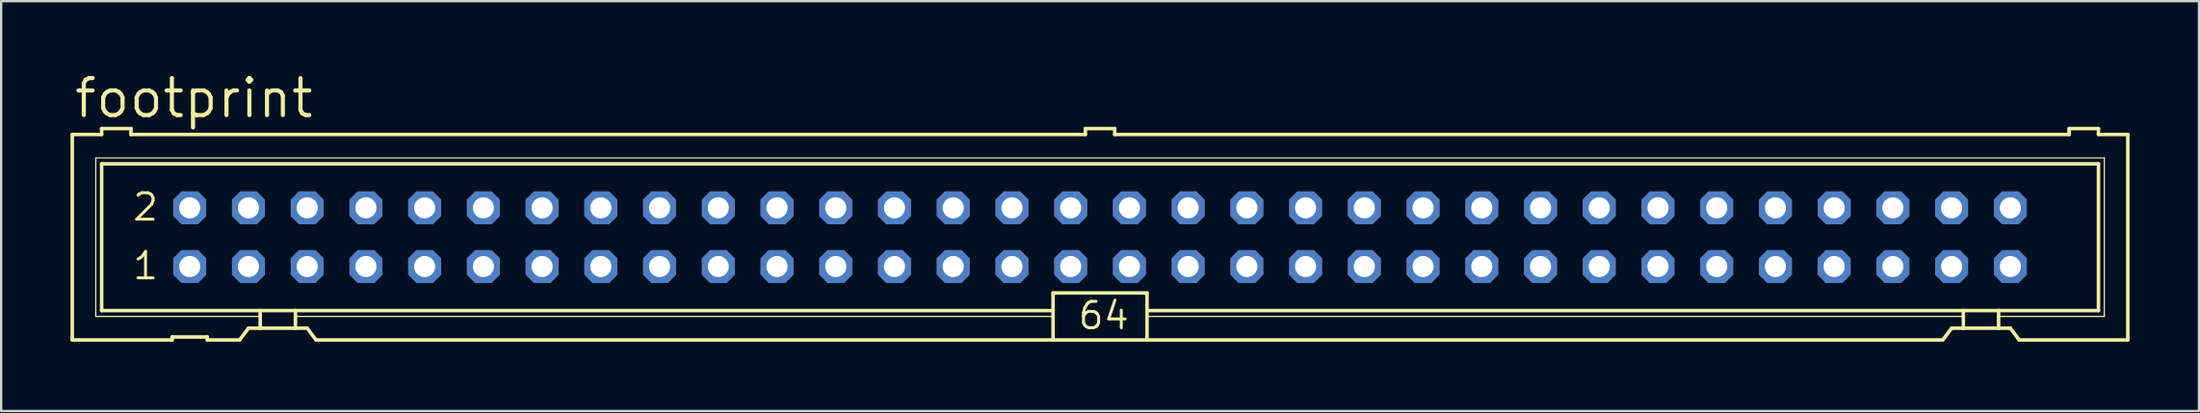
<source format=kicad_pcb>
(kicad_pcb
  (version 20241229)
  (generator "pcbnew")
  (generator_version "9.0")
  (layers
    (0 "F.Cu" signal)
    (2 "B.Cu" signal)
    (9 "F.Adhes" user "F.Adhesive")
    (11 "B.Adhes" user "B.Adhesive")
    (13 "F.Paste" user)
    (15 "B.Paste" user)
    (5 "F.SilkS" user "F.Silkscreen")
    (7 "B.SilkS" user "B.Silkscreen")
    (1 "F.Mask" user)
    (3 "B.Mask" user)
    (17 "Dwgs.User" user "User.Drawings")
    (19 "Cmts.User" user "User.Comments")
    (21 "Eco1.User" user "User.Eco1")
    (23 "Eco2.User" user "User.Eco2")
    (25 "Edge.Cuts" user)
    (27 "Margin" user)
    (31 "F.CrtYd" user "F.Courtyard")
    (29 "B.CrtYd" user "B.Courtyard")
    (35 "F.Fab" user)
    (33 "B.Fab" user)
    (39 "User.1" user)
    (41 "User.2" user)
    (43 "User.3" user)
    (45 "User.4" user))
  (footprint "footprint"
    (layer "F.Cu")
    (at 44.526 7.214)
    (property "Reference" "footprint" (at -44.45 -5.08 0) (layer "F.SilkS") (effects (font (size 1.6 1.6) (thickness 0.178)) (justify left bottom)))
    (fp_line (start -44.45 -4.445) (end -44.45 4.445) (stroke (width 0.152) (type solid)) (layer "F.SilkS"))
    (fp_line (start -44.45 -4.445) (end -43.18 -4.445) (stroke (width 0.152) (type solid)) (layer "F.SilkS"))
    (fp_line (start -44.45 4.445) (end -40.132 4.445) (stroke (width 0.152) (type solid)) (layer "F.SilkS"))
    (fp_line (start -43.434 -3.429) (end -43.434 3.429) (stroke (width 0.051) (type solid)) (layer "F.SilkS"))
    (fp_line (start -43.434 3.429) (end -36.322 3.429) (stroke (width 0.051) (type solid)) (layer "F.SilkS"))
    (fp_line (start -43.18 -4.699) (end -43.18 -4.445) (stroke (width 0.152) (type solid)) (layer "F.SilkS"))
    (fp_line (start -43.18 -3.175) (end -43.18 3.175) (stroke (width 0.152) (type solid)) (layer "F.SilkS"))
    (fp_line (start -43.18 -3.175) (end 43.18 -3.175) (stroke (width 0.152) (type solid)) (layer "F.SilkS"))
    (fp_line (start -41.91 -4.699) (end -43.18 -4.699) (stroke (width 0.152) (type solid)) (layer "F.SilkS"))
    (fp_line (start -41.91 -4.699) (end -41.91 -4.445) (stroke (width 0.152) (type solid)) (layer "F.SilkS"))
    (fp_line (start -41.91 -4.445) (end -0.635 -4.445) (stroke (width 0.152) (type solid)) (layer "F.SilkS"))
    (fp_line (start -40.132 4.318) (end -40.132 4.445) (stroke (width 0.152) (type solid)) (layer "F.SilkS"))
    (fp_line (start -40.132 4.318) (end -38.608 4.318) (stroke (width 0.152) (type solid)) (layer "F.SilkS"))
    (fp_line (start -38.608 4.445) (end -38.608 4.318) (stroke (width 0.152) (type solid)) (layer "F.SilkS"))
    (fp_line (start -38.608 4.445) (end -37.211 4.445) (stroke (width 0.152) (type solid)) (layer "F.SilkS"))
    (fp_line (start -37.211 4.445) (end -36.83 3.937) (stroke (width 0.152) (type solid)) (layer "F.SilkS"))
    (fp_line (start -36.322 3.175) (end -43.18 3.175) (stroke (width 0.152) (type solid)) (layer "F.SilkS"))
    (fp_line (start -36.322 3.175) (end -36.322 3.429) (stroke (width 0.152) (type solid)) (layer "F.SilkS"))
    (fp_line (start -36.322 3.429) (end -36.322 3.937) (stroke (width 0.152) (type solid)) (layer "F.SilkS"))
    (fp_line (start -36.322 3.937) (end -36.83 3.937) (stroke (width 0.152) (type solid)) (layer "F.SilkS"))
    (fp_line (start -34.798 3.175) (end -36.322 3.175) (stroke (width 0.152) (type solid)) (layer "F.SilkS"))
    (fp_line (start -34.798 3.175) (end -34.798 3.429) (stroke (width 0.152) (type solid)) (layer "F.SilkS"))
    (fp_line (start -34.798 3.429) (end -34.798 3.937) (stroke (width 0.152) (type solid)) (layer "F.SilkS"))
    (fp_line (start -34.798 3.429) (end -2.032 3.429) (stroke (width 0.051) (type solid)) (layer "F.SilkS"))
    (fp_line (start -34.798 3.937) (end -36.322 3.937) (stroke (width 0.152) (type solid)) (layer "F.SilkS"))
    (fp_line (start -34.29 3.937) (end -34.798 3.937) (stroke (width 0.152) (type solid)) (layer "F.SilkS"))
    (fp_line (start -34.29 3.937) (end -33.909 4.445) (stroke (width 0.152) (type solid)) (layer "F.SilkS"))
    (fp_line (start -33.909 4.445) (end -2.032 4.445) (stroke (width 0.152) (type solid)) (layer "F.SilkS"))
    (fp_line (start -2.032 3.175) (end -34.798 3.175) (stroke (width 0.152) (type solid)) (layer "F.SilkS"))
    (fp_line (start -2.032 3.175) (end -2.032 2.413) (stroke (width 0.152) (type solid)) (layer "F.SilkS"))
    (fp_line (start -2.032 3.175) (end -2.032 3.429) (stroke (width 0.152) (type solid)) (layer "F.SilkS"))
    (fp_line (start -2.032 3.429) (end -2.032 4.445) (stroke (width 0.152) (type solid)) (layer "F.SilkS"))
    (fp_line (start -0.635 -4.699) (end -0.635 -4.445) (stroke (width 0.152) (type solid)) (layer "F.SilkS"))
    (fp_line (start 0.635 -4.699) (end -0.635 -4.699) (stroke (width 0.152) (type solid)) (layer "F.SilkS"))
    (fp_line (start 0.635 -4.699) (end 0.635 -4.445) (stroke (width 0.152) (type solid)) (layer "F.SilkS"))
    (fp_line (start 0.635 -4.445) (end 41.91 -4.445) (stroke (width 0.152) (type solid)) (layer "F.SilkS"))
    (fp_line (start 2.032 2.413) (end -2.032 2.413) (stroke (width 0.152) (type solid)) (layer "F.SilkS"))
    (fp_line (start 2.032 2.413) (end 2.032 3.175) (stroke (width 0.152) (type solid)) (layer "F.SilkS"))
    (fp_line (start 2.032 3.175) (end 2.032 3.429) (stroke (width 0.152) (type solid)) (layer "F.SilkS"))
    (fp_line (start 2.032 3.429) (end 2.032 4.445) (stroke (width 0.152) (type solid)) (layer "F.SilkS"))
    (fp_line (start 2.032 4.445) (end -2.032 4.445) (stroke (width 0.152) (type solid)) (layer "F.SilkS"))
    (fp_line (start 36.449 4.445) (end 2.032 4.445) (stroke (width 0.152) (type solid)) (layer "F.SilkS"))
    (fp_line (start 36.449 4.445) (end 36.83 3.937) (stroke (width 0.152) (type solid)) (layer "F.SilkS"))
    (fp_line (start 37.338 3.175) (end 2.032 3.175) (stroke (width 0.152) (type solid)) (layer "F.SilkS"))
    (fp_line (start 37.338 3.175) (end 37.338 3.429) (stroke (width 0.152) (type solid)) (layer "F.SilkS"))
    (fp_line (start 37.338 3.429) (end 2.032 3.429) (stroke (width 0.051) (type solid)) (layer "F.SilkS"))
    (fp_line (start 37.338 3.429) (end 37.338 3.937) (stroke (width 0.152) (type solid)) (layer "F.SilkS"))
    (fp_line (start 37.338 3.937) (end 36.83 3.937) (stroke (width 0.152) (type solid)) (layer "F.SilkS"))
    (fp_line (start 38.862 3.175) (end 37.338 3.175) (stroke (width 0.152) (type solid)) (layer "F.SilkS"))
    (fp_line (start 38.862 3.175) (end 38.862 3.429) (stroke (width 0.152) (type solid)) (layer "F.SilkS"))
    (fp_line (start 38.862 3.429) (end 38.862 3.937) (stroke (width 0.152) (type solid)) (layer "F.SilkS"))
    (fp_line (start 38.862 3.429) (end 43.434 3.429) (stroke (width 0.051) (type solid)) (layer "F.SilkS"))
    (fp_line (start 38.862 3.937) (end 37.338 3.937) (stroke (width 0.152) (type solid)) (layer "F.SilkS"))
    (fp_line (start 39.37 3.937) (end 38.862 3.937) (stroke (width 0.152) (type solid)) (layer "F.SilkS"))
    (fp_line (start 39.37 3.937) (end 39.751 4.445) (stroke (width 0.152) (type solid)) (layer "F.SilkS"))
    (fp_line (start 41.91 -4.445) (end 41.91 -4.699) (stroke (width 0.152) (type solid)) (layer "F.SilkS"))
    (fp_line (start 43.18 -4.699) (end 41.91 -4.699) (stroke (width 0.152) (type solid)) (layer "F.SilkS"))
    (fp_line (start 43.18 -4.445) (end 43.18 -4.699) (stroke (width 0.152) (type solid)) (layer "F.SilkS"))
    (fp_line (start 43.18 -4.445) (end 44.45 -4.445) (stroke (width 0.152) (type solid)) (layer "F.SilkS"))
    (fp_line (start 43.18 3.175) (end 38.862 3.175) (stroke (width 0.152) (type solid)) (layer "F.SilkS"))
    (fp_line (start 43.18 3.175) (end 43.18 -3.175) (stroke (width 0.152) (type solid)) (layer "F.SilkS"))
    (fp_line (start 43.434 -3.429) (end -43.434 -3.429) (stroke (width 0.051) (type solid)) (layer "F.SilkS"))
    (fp_line (start 43.434 3.429) (end 43.434 -3.429) (stroke (width 0.051) (type solid)) (layer "F.SilkS"))
    (fp_line (start 44.45 4.445) (end 39.751 4.445) (stroke (width 0.152) (type solid)) (layer "F.SilkS"))
    (fp_line (start 44.45 4.445) (end 44.45 -4.445) (stroke (width 0.152) (type solid)) (layer "F.SilkS"))
    (fp_poly (pts (xy -39.624 -1.016) (xy -39.116 -1.016) (xy -39.116 -1.524) (xy -39.624 -1.524)) (stroke (width 0.1) (type solid)) (fill no) (layer "F.Fab"))
    (fp_poly (pts (xy -39.624 1.524) (xy -39.116 1.524) (xy -39.116 1.016) (xy -39.624 1.016)) (stroke (width 0.1) (type solid)) (fill no) (layer "F.Fab"))
    (fp_poly (pts (xy -37.084 -1.016) (xy -36.576 -1.016) (xy -36.576 -1.524) (xy -37.084 -1.524)) (stroke (width 0.1) (type solid)) (fill no) (layer "F.Fab"))
    (fp_poly (pts (xy -37.084 1.524) (xy -36.576 1.524) (xy -36.576 1.016) (xy -37.084 1.016)) (stroke (width 0.1) (type solid)) (fill no) (layer "F.Fab"))
    (fp_poly (pts (xy -34.544 -1.016) (xy -34.036 -1.016) (xy -34.036 -1.524) (xy -34.544 -1.524)) (stroke (width 0.1) (type solid)) (fill no) (layer "F.Fab"))
    (fp_poly (pts (xy -34.544 1.524) (xy -34.036 1.524) (xy -34.036 1.016) (xy -34.544 1.016)) (stroke (width 0.1) (type solid)) (fill no) (layer "F.Fab"))
    (fp_poly (pts (xy -32.004 -1.016) (xy -31.496 -1.016) (xy -31.496 -1.524) (xy -32.004 -1.524)) (stroke (width 0.1) (type solid)) (fill no) (layer "F.Fab"))
    (fp_poly (pts (xy -32.004 1.524) (xy -31.496 1.524) (xy -31.496 1.016) (xy -32.004 1.016)) (stroke (width 0.1) (type solid)) (fill no) (layer "F.Fab"))
    (fp_poly (pts (xy -29.464 -1.016) (xy -28.956 -1.016) (xy -28.956 -1.524) (xy -29.464 -1.524)) (stroke (width 0.1) (type solid)) (fill no) (layer "F.Fab"))
    (fp_poly (pts (xy -29.464 1.524) (xy -28.956 1.524) (xy -28.956 1.016) (xy -29.464 1.016)) (stroke (width 0.1) (type solid)) (fill no) (layer "F.Fab"))
    (fp_poly (pts (xy -26.924 -1.016) (xy -26.416 -1.016) (xy -26.416 -1.524) (xy -26.924 -1.524)) (stroke (width 0.1) (type solid)) (fill no) (layer "F.Fab"))
    (fp_poly (pts (xy -26.924 1.524) (xy -26.416 1.524) (xy -26.416 1.016) (xy -26.924 1.016)) (stroke (width 0.1) (type solid)) (fill no) (layer "F.Fab"))
    (fp_poly (pts (xy -24.384 -1.016) (xy -23.876 -1.016) (xy -23.876 -1.524) (xy -24.384 -1.524)) (stroke (width 0.1) (type solid)) (fill no) (layer "F.Fab"))
    (fp_poly (pts (xy -24.384 1.524) (xy -23.876 1.524) (xy -23.876 1.016) (xy -24.384 1.016)) (stroke (width 0.1) (type solid)) (fill no) (layer "F.Fab"))
    (fp_poly (pts (xy -21.844 -1.016) (xy -21.336 -1.016) (xy -21.336 -1.524) (xy -21.844 -1.524)) (stroke (width 0.1) (type solid)) (fill no) (layer "F.Fab"))
    (fp_poly (pts (xy -21.844 1.524) (xy -21.336 1.524) (xy -21.336 1.016) (xy -21.844 1.016)) (stroke (width 0.1) (type solid)) (fill no) (layer "F.Fab"))
    (fp_poly (pts (xy -19.304 -1.016) (xy -18.796 -1.016) (xy -18.796 -1.524) (xy -19.304 -1.524)) (stroke (width 0.1) (type solid)) (fill no) (layer "F.Fab"))
    (fp_poly (pts (xy -19.304 1.524) (xy -18.796 1.524) (xy -18.796 1.016) (xy -19.304 1.016)) (stroke (width 0.1) (type solid)) (fill no) (layer "F.Fab"))
    (fp_poly (pts (xy -16.764 -1.016) (xy -16.256 -1.016) (xy -16.256 -1.524) (xy -16.764 -1.524)) (stroke (width 0.1) (type solid)) (fill no) (layer "F.Fab"))
    (fp_poly (pts (xy -16.764 1.524) (xy -16.256 1.524) (xy -16.256 1.016) (xy -16.764 1.016)) (stroke (width 0.1) (type solid)) (fill no) (layer "F.Fab"))
    (fp_poly (pts (xy -14.224 -1.016) (xy -13.716 -1.016) (xy -13.716 -1.524) (xy -14.224 -1.524)) (stroke (width 0.1) (type solid)) (fill no) (layer "F.Fab"))
    (fp_poly (pts (xy -14.224 1.524) (xy -13.716 1.524) (xy -13.716 1.016) (xy -14.224 1.016)) (stroke (width 0.1) (type solid)) (fill no) (layer "F.Fab"))
    (fp_poly (pts (xy -11.684 -1.016) (xy -11.176 -1.016) (xy -11.176 -1.524) (xy -11.684 -1.524)) (stroke (width 0.1) (type solid)) (fill no) (layer "F.Fab"))
    (fp_poly (pts (xy -11.684 1.524) (xy -11.176 1.524) (xy -11.176 1.016) (xy -11.684 1.016)) (stroke (width 0.1) (type solid)) (fill no) (layer "F.Fab"))
    (fp_poly (pts (xy -9.144 -1.016) (xy -8.636 -1.016) (xy -8.636 -1.524) (xy -9.144 -1.524)) (stroke (width 0.1) (type solid)) (fill no) (layer "F.Fab"))
    (fp_poly (pts (xy -9.144 1.524) (xy -8.636 1.524) (xy -8.636 1.016) (xy -9.144 1.016)) (stroke (width 0.1) (type solid)) (fill no) (layer "F.Fab"))
    (fp_poly (pts (xy -6.604 -1.016) (xy -6.096 -1.016) (xy -6.096 -1.524) (xy -6.604 -1.524)) (stroke (width 0.1) (type solid)) (fill no) (layer "F.Fab"))
    (fp_poly (pts (xy -6.604 1.524) (xy -6.096 1.524) (xy -6.096 1.016) (xy -6.604 1.016)) (stroke (width 0.1) (type solid)) (fill no) (layer "F.Fab"))
    (fp_poly (pts (xy -4.064 -1.016) (xy -3.556 -1.016) (xy -3.556 -1.524) (xy -4.064 -1.524)) (stroke (width 0.1) (type solid)) (fill no) (layer "F.Fab"))
    (fp_poly (pts (xy -4.064 1.524) (xy -3.556 1.524) (xy -3.556 1.016) (xy -4.064 1.016)) (stroke (width 0.1) (type solid)) (fill no) (layer "F.Fab"))
    (fp_poly (pts (xy -1.524 -1.016) (xy -1.016 -1.016) (xy -1.016 -1.524) (xy -1.524 -1.524)) (stroke (width 0.1) (type solid)) (fill no) (layer "F.Fab"))
    (fp_poly (pts (xy -1.524 1.524) (xy -1.016 1.524) (xy -1.016 1.016) (xy -1.524 1.016)) (stroke (width 0.1) (type solid)) (fill no) (layer "F.Fab"))
    (fp_poly (pts (xy 1.016 -1.016) (xy 1.524 -1.016) (xy 1.524 -1.524) (xy 1.016 -1.524)) (stroke (width 0.1) (type solid)) (fill no) (layer "F.Fab"))
    (fp_poly (pts (xy 1.016 1.524) (xy 1.524 1.524) (xy 1.524 1.016) (xy 1.016 1.016)) (stroke (width 0.1) (type solid)) (fill no) (layer "F.Fab"))
    (fp_poly (pts (xy 3.556 -1.016) (xy 4.064 -1.016) (xy 4.064 -1.524) (xy 3.556 -1.524)) (stroke (width 0.1) (type solid)) (fill no) (layer "F.Fab"))
    (fp_poly (pts (xy 3.556 1.524) (xy 4.064 1.524) (xy 4.064 1.016) (xy 3.556 1.016)) (stroke (width 0.1) (type solid)) (fill no) (layer "F.Fab"))
    (fp_poly (pts (xy 6.096 -1.016) (xy 6.604 -1.016) (xy 6.604 -1.524) (xy 6.096 -1.524)) (stroke (width 0.1) (type solid)) (fill no) (layer "F.Fab"))
    (fp_poly (pts (xy 6.096 1.524) (xy 6.604 1.524) (xy 6.604 1.016) (xy 6.096 1.016)) (stroke (width 0.1) (type solid)) (fill no) (layer "F.Fab"))
    (fp_poly (pts (xy 8.636 -1.016) (xy 9.144 -1.016) (xy 9.144 -1.524) (xy 8.636 -1.524)) (stroke (width 0.1) (type solid)) (fill no) (layer "F.Fab"))
    (fp_poly (pts (xy 8.636 1.524) (xy 9.144 1.524) (xy 9.144 1.016) (xy 8.636 1.016)) (stroke (width 0.1) (type solid)) (fill no) (layer "F.Fab"))
    (fp_poly (pts (xy 11.176 -1.016) (xy 11.684 -1.016) (xy 11.684 -1.524) (xy 11.176 -1.524)) (stroke (width 0.1) (type solid)) (fill no) (layer "F.Fab"))
    (fp_poly (pts (xy 11.176 1.524) (xy 11.684 1.524) (xy 11.684 1.016) (xy 11.176 1.016)) (stroke (width 0.1) (type solid)) (fill no) (layer "F.Fab"))
    (fp_poly (pts (xy 13.716 -1.016) (xy 14.224 -1.016) (xy 14.224 -1.524) (xy 13.716 -1.524)) (stroke (width 0.1) (type solid)) (fill no) (layer "F.Fab"))
    (fp_poly (pts (xy 13.716 1.524) (xy 14.224 1.524) (xy 14.224 1.016) (xy 13.716 1.016)) (stroke (width 0.1) (type solid)) (fill no) (layer "F.Fab"))
    (fp_poly (pts (xy 16.256 -1.016) (xy 16.764 -1.016) (xy 16.764 -1.524) (xy 16.256 -1.524)) (stroke (width 0.1) (type solid)) (fill no) (layer "F.Fab"))
    (fp_poly (pts (xy 16.256 1.524) (xy 16.764 1.524) (xy 16.764 1.016) (xy 16.256 1.016)) (stroke (width 0.1) (type solid)) (fill no) (layer "F.Fab"))
    (fp_poly (pts (xy 18.796 -1.016) (xy 19.304 -1.016) (xy 19.304 -1.524) (xy 18.796 -1.524)) (stroke (width 0.1) (type solid)) (fill no) (layer "F.Fab"))
    (fp_poly (pts (xy 18.796 1.524) (xy 19.304 1.524) (xy 19.304 1.016) (xy 18.796 1.016)) (stroke (width 0.1) (type solid)) (fill no) (layer "F.Fab"))
    (fp_poly (pts (xy 21.336 -1.016) (xy 21.844 -1.016) (xy 21.844 -1.524) (xy 21.336 -1.524)) (stroke (width 0.1) (type solid)) (fill no) (layer "F.Fab"))
    (fp_poly (pts (xy 21.336 1.524) (xy 21.844 1.524) (xy 21.844 1.016) (xy 21.336 1.016)) (stroke (width 0.1) (type solid)) (fill no) (layer "F.Fab"))
    (fp_poly (pts (xy 23.876 -1.016) (xy 24.384 -1.016) (xy 24.384 -1.524) (xy 23.876 -1.524)) (stroke (width 0.1) (type solid)) (fill no) (layer "F.Fab"))
    (fp_poly (pts (xy 23.876 1.524) (xy 24.384 1.524) (xy 24.384 1.016) (xy 23.876 1.016)) (stroke (width 0.1) (type solid)) (fill no) (layer "F.Fab"))
    (fp_poly (pts (xy 26.416 -1.016) (xy 26.924 -1.016) (xy 26.924 -1.524) (xy 26.416 -1.524)) (stroke (width 0.1) (type solid)) (fill no) (layer "F.Fab"))
    (fp_poly (pts (xy 26.416 1.524) (xy 26.924 1.524) (xy 26.924 1.016) (xy 26.416 1.016)) (stroke (width 0.1) (type solid)) (fill no) (layer "F.Fab"))
    (fp_poly (pts (xy 28.956 -1.016) (xy 29.464 -1.016) (xy 29.464 -1.524) (xy 28.956 -1.524)) (stroke (width 0.1) (type solid)) (fill no) (layer "F.Fab"))
    (fp_poly (pts (xy 28.956 1.524) (xy 29.464 1.524) (xy 29.464 1.016) (xy 28.956 1.016)) (stroke (width 0.1) (type solid)) (fill no) (layer "F.Fab"))
    (fp_poly (pts (xy 31.496 -1.016) (xy 32.004 -1.016) (xy 32.004 -1.524) (xy 31.496 -1.524)) (stroke (width 0.1) (type solid)) (fill no) (layer "F.Fab"))
    (fp_poly (pts (xy 31.496 1.524) (xy 32.004 1.524) (xy 32.004 1.016) (xy 31.496 1.016)) (stroke (width 0.1) (type solid)) (fill no) (layer "F.Fab"))
    (fp_poly (pts (xy 34.036 -1.016) (xy 34.544 -1.016) (xy 34.544 -1.524) (xy 34.036 -1.524)) (stroke (width 0.1) (type solid)) (fill no) (layer "F.Fab"))
    (fp_poly (pts (xy 34.036 1.524) (xy 34.544 1.524) (xy 34.544 1.016) (xy 34.036 1.016)) (stroke (width 0.1) (type solid)) (fill no) (layer "F.Fab"))
    (fp_poly (pts (xy 36.576 -1.016) (xy 37.084 -1.016) (xy 37.084 -1.524) (xy 36.576 -1.524)) (stroke (width 0.1) (type solid)) (fill no) (layer "F.Fab"))
    (fp_poly (pts (xy 36.576 1.524) (xy 37.084 1.524) (xy 37.084 1.016) (xy 36.576 1.016)) (stroke (width 0.1) (type solid)) (fill no) (layer "F.Fab"))
    (fp_poly (pts (xy 39.116 -1.016) (xy 39.624 -1.016) (xy 39.624 -1.524) (xy 39.116 -1.524)) (stroke (width 0.1) (type solid)) (fill no) (layer "F.Fab"))
    (fp_poly (pts (xy 39.116 1.524) (xy 39.624 1.524) (xy 39.624 1.016) (xy 39.116 1.016)) (stroke (width 0.1) (type solid)) (fill no) (layer "F.Fab"))
    (fp_text user "2" (at -41.91 -0.635 0) (layer "F.SilkS") (effects (font (size 1.143 1.143) (thickness 0.127)) (justify left bottom)))
    (fp_text user "1" (at -41.91 1.905 0) (layer "F.SilkS") (effects (font (size 1.143 1.143) (thickness 0.127)) (justify left bottom)))
    (fp_text user "64" (at -1.016 4.064 0) (layer "F.SilkS") (effects (font (size 1.143 1.143) (thickness 0.127)) (justify left bottom)))
    (pad "1" thru_hole roundrect (at -39.37 1.27) (size 1.422 1.422) (drill 0.914) (layers "*.Cu" "*.Mask") (roundrect_rratio 0.25) (chamfer_ratio 0.25) (chamfer top_left top_right bottom_left bottom_right))
    (pad "2" thru_hole roundrect (at -39.37 -1.27) (size 1.422 1.422) (drill 0.914) (layers "*.Cu" "*.Mask") (roundrect_rratio 0.25) (chamfer_ratio 0.25) (chamfer top_left top_right bottom_left bottom_right))
    (pad "3" thru_hole roundrect (at -36.83 1.27) (size 1.422 1.422) (drill 0.914) (layers "*.Cu" "*.Mask") (roundrect_rratio 0.25) (chamfer_ratio 0.25) (chamfer top_left top_right bottom_left bottom_right))
    (pad "4" thru_hole roundrect (at -36.83 -1.27) (size 1.422 1.422) (drill 0.914) (layers "*.Cu" "*.Mask") (roundrect_rratio 0.25) (chamfer_ratio 0.25) (chamfer top_left top_right bottom_left bottom_right))
    (pad "5" thru_hole roundrect (at -34.29 1.27) (size 1.422 1.422) (drill 0.914) (layers "*.Cu" "*.Mask") (roundrect_rratio 0.25) (chamfer_ratio 0.25) (chamfer top_left top_right bottom_left bottom_right))
    (pad "6" thru_hole roundrect (at -34.29 -1.27) (size 1.422 1.422) (drill 0.914) (layers "*.Cu" "*.Mask") (roundrect_rratio 0.25) (chamfer_ratio 0.25) (chamfer top_left top_right bottom_left bottom_right))
    (pad "7" thru_hole roundrect (at -31.75 1.27) (size 1.422 1.422) (drill 0.914) (layers "*.Cu" "*.Mask") (roundrect_rratio 0.25) (chamfer_ratio 0.25) (chamfer top_left top_right bottom_left bottom_right))
    (pad "8" thru_hole roundrect (at -31.75 -1.27) (size 1.422 1.422) (drill 0.914) (layers "*.Cu" "*.Mask") (roundrect_rratio 0.25) (chamfer_ratio 0.25) (chamfer top_left top_right bottom_left bottom_right))
    (pad "9" thru_hole roundrect (at -29.21 1.27) (size 1.422 1.422) (drill 0.914) (layers "*.Cu" "*.Mask") (roundrect_rratio 0.25) (chamfer_ratio 0.25) (chamfer top_left top_right bottom_left bottom_right))
    (pad "10" thru_hole roundrect (at -29.21 -1.27) (size 1.422 1.422) (drill 0.914) (layers "*.Cu" "*.Mask") (roundrect_rratio 0.25) (chamfer_ratio 0.25) (chamfer top_left top_right bottom_left bottom_right))
    (pad "11" thru_hole roundrect (at -26.67 1.27) (size 1.422 1.422) (drill 0.914) (layers "*.Cu" "*.Mask") (roundrect_rratio 0.25) (chamfer_ratio 0.25) (chamfer top_left top_right bottom_left bottom_right))
    (pad "12" thru_hole roundrect (at -26.67 -1.27) (size 1.422 1.422) (drill 0.914) (layers "*.Cu" "*.Mask") (roundrect_rratio 0.25) (chamfer_ratio 0.25) (chamfer top_left top_right bottom_left bottom_right))
    (pad "13" thru_hole roundrect (at -24.13 1.27) (size 1.422 1.422) (drill 0.914) (layers "*.Cu" "*.Mask") (roundrect_rratio 0.25) (chamfer_ratio 0.25) (chamfer top_left top_right bottom_left bottom_right))
    (pad "14" thru_hole roundrect (at -24.13 -1.27) (size 1.422 1.422) (drill 0.914) (layers "*.Cu" "*.Mask") (roundrect_rratio 0.25) (chamfer_ratio 0.25) (chamfer top_left top_right bottom_left bottom_right))
    (pad "15" thru_hole roundrect (at -21.59 1.27) (size 1.422 1.422) (drill 0.914) (layers "*.Cu" "*.Mask") (roundrect_rratio 0.25) (chamfer_ratio 0.25) (chamfer top_left top_right bottom_left bottom_right))
    (pad "16" thru_hole roundrect (at -21.59 -1.27) (size 1.422 1.422) (drill 0.914) (layers "*.Cu" "*.Mask") (roundrect_rratio 0.25) (chamfer_ratio 0.25) (chamfer top_left top_right bottom_left bottom_right))
    (pad "17" thru_hole roundrect (at -19.05 1.27) (size 1.422 1.422) (drill 0.914) (layers "*.Cu" "*.Mask") (roundrect_rratio 0.25) (chamfer_ratio 0.25) (chamfer top_left top_right bottom_left bottom_right))
    (pad "18" thru_hole roundrect (at -19.05 -1.27) (size 1.422 1.422) (drill 0.914) (layers "*.Cu" "*.Mask") (roundrect_rratio 0.25) (chamfer_ratio 0.25) (chamfer top_left top_right bottom_left bottom_right))
    (pad "19" thru_hole roundrect (at -16.51 1.27) (size 1.422 1.422) (drill 0.914) (layers "*.Cu" "*.Mask") (roundrect_rratio 0.25) (chamfer_ratio 0.25) (chamfer top_left top_right bottom_left bottom_right))
    (pad "20" thru_hole roundrect (at -16.51 -1.27) (size 1.422 1.422) (drill 0.914) (layers "*.Cu" "*.Mask") (roundrect_rratio 0.25) (chamfer_ratio 0.25) (chamfer top_left top_right bottom_left bottom_right))
    (pad "21" thru_hole roundrect (at -13.97 1.27) (size 1.422 1.422) (drill 0.914) (layers "*.Cu" "*.Mask") (roundrect_rratio 0.25) (chamfer_ratio 0.25) (chamfer top_left top_right bottom_left bottom_right))
    (pad "22" thru_hole roundrect (at -13.97 -1.27) (size 1.422 1.422) (drill 0.914) (layers "*.Cu" "*.Mask") (roundrect_rratio 0.25) (chamfer_ratio 0.25) (chamfer top_left top_right bottom_left bottom_right))
    (pad "23" thru_hole roundrect (at -11.43 1.27) (size 1.422 1.422) (drill 0.914) (layers "*.Cu" "*.Mask") (roundrect_rratio 0.25) (chamfer_ratio 0.25) (chamfer top_left top_right bottom_left bottom_right))
    (pad "24" thru_hole roundrect (at -11.43 -1.27) (size 1.422 1.422) (drill 0.914) (layers "*.Cu" "*.Mask") (roundrect_rratio 0.25) (chamfer_ratio 0.25) (chamfer top_left top_right bottom_left bottom_right))
    (pad "25" thru_hole roundrect (at -8.89 1.27) (size 1.422 1.422) (drill 0.914) (layers "*.Cu" "*.Mask") (roundrect_rratio 0.25) (chamfer_ratio 0.25) (chamfer top_left top_right bottom_left bottom_right))
    (pad "26" thru_hole roundrect (at -8.89 -1.27) (size 1.422 1.422) (drill 0.914) (layers "*.Cu" "*.Mask") (roundrect_rratio 0.25) (chamfer_ratio 0.25) (chamfer top_left top_right bottom_left bottom_right))
    (pad "27" thru_hole roundrect (at -6.35 1.27) (size 1.422 1.422) (drill 0.914) (layers "*.Cu" "*.Mask") (roundrect_rratio 0.25) (chamfer_ratio 0.25) (chamfer top_left top_right bottom_left bottom_right))
    (pad "28" thru_hole roundrect (at -6.35 -1.27) (size 1.422 1.422) (drill 0.914) (layers "*.Cu" "*.Mask") (roundrect_rratio 0.25) (chamfer_ratio 0.25) (chamfer top_left top_right bottom_left bottom_right))
    (pad "29" thru_hole roundrect (at -3.81 1.27) (size 1.422 1.422) (drill 0.914) (layers "*.Cu" "*.Mask") (roundrect_rratio 0.25) (chamfer_ratio 0.25) (chamfer top_left top_right bottom_left bottom_right))
    (pad "30" thru_hole roundrect (at -3.81 -1.27) (size 1.422 1.422) (drill 0.914) (layers "*.Cu" "*.Mask") (roundrect_rratio 0.25) (chamfer_ratio 0.25) (chamfer top_left top_right bottom_left bottom_right))
    (pad "31" thru_hole roundrect (at -1.27 1.27) (size 1.422 1.422) (drill 0.914) (layers "*.Cu" "*.Mask") (roundrect_rratio 0.25) (chamfer_ratio 0.25) (chamfer top_left top_right bottom_left bottom_right))
    (pad "32" thru_hole roundrect (at -1.27 -1.27) (size 1.422 1.422) (drill 0.914) (layers "*.Cu" "*.Mask") (roundrect_rratio 0.25) (chamfer_ratio 0.25) (chamfer top_left top_right bottom_left bottom_right))
    (pad "33" thru_hole roundrect (at 1.27 1.27) (size 1.422 1.422) (drill 0.914) (layers "*.Cu" "*.Mask") (roundrect_rratio 0.25) (chamfer_ratio 0.25) (chamfer top_left top_right bottom_left bottom_right))
    (pad "34" thru_hole roundrect (at 1.27 -1.27) (size 1.422 1.422) (drill 0.914) (layers "*.Cu" "*.Mask") (roundrect_rratio 0.25) (chamfer_ratio 0.25) (chamfer top_left top_right bottom_left bottom_right))
    (pad "35" thru_hole roundrect (at 3.81 1.27) (size 1.422 1.422) (drill 0.914) (layers "*.Cu" "*.Mask") (roundrect_rratio 0.25) (chamfer_ratio 0.25) (chamfer top_left top_right bottom_left bottom_right))
    (pad "36" thru_hole roundrect (at 3.81 -1.27) (size 1.422 1.422) (drill 0.914) (layers "*.Cu" "*.Mask") (roundrect_rratio 0.25) (chamfer_ratio 0.25) (chamfer top_left top_right bottom_left bottom_right))
    (pad "37" thru_hole roundrect (at 6.35 1.27) (size 1.422 1.422) (drill 0.914) (layers "*.Cu" "*.Mask") (roundrect_rratio 0.25) (chamfer_ratio 0.25) (chamfer top_left top_right bottom_left bottom_right))
    (pad "38" thru_hole roundrect (at 6.35 -1.27) (size 1.422 1.422) (drill 0.914) (layers "*.Cu" "*.Mask") (roundrect_rratio 0.25) (chamfer_ratio 0.25) (chamfer top_left top_right bottom_left bottom_right))
    (pad "39" thru_hole roundrect (at 8.89 1.27) (size 1.422 1.422) (drill 0.914) (layers "*.Cu" "*.Mask") (roundrect_rratio 0.25) (chamfer_ratio 0.25) (chamfer top_left top_right bottom_left bottom_right))
    (pad "40" thru_hole roundrect (at 8.89 -1.27) (size 1.422 1.422) (drill 0.914) (layers "*.Cu" "*.Mask") (roundrect_rratio 0.25) (chamfer_ratio 0.25) (chamfer top_left top_right bottom_left bottom_right))
    (pad "41" thru_hole roundrect (at 11.43 1.27) (size 1.422 1.422) (drill 0.914) (layers "*.Cu" "*.Mask") (roundrect_rratio 0.25) (chamfer_ratio 0.25) (chamfer top_left top_right bottom_left bottom_right))
    (pad "42" thru_hole roundrect (at 11.43 -1.27) (size 1.422 1.422) (drill 0.914) (layers "*.Cu" "*.Mask") (roundrect_rratio 0.25) (chamfer_ratio 0.25) (chamfer top_left top_right bottom_left bottom_right))
    (pad "43" thru_hole roundrect (at 13.97 1.27) (size 1.422 1.422) (drill 0.914) (layers "*.Cu" "*.Mask") (roundrect_rratio 0.25) (chamfer_ratio 0.25) (chamfer top_left top_right bottom_left bottom_right))
    (pad "44" thru_hole roundrect (at 13.97 -1.27) (size 1.422 1.422) (drill 0.914) (layers "*.Cu" "*.Mask") (roundrect_rratio 0.25) (chamfer_ratio 0.25) (chamfer top_left top_right bottom_left bottom_right))
    (pad "45" thru_hole roundrect (at 16.51 1.27) (size 1.422 1.422) (drill 0.914) (layers "*.Cu" "*.Mask") (roundrect_rratio 0.25) (chamfer_ratio 0.25) (chamfer top_left top_right bottom_left bottom_right))
    (pad "46" thru_hole roundrect (at 16.51 -1.27) (size 1.422 1.422) (drill 0.914) (layers "*.Cu" "*.Mask") (roundrect_rratio 0.25) (chamfer_ratio 0.25) (chamfer top_left top_right bottom_left bottom_right))
    (pad "47" thru_hole roundrect (at 19.05 1.27) (size 1.422 1.422) (drill 0.914) (layers "*.Cu" "*.Mask") (roundrect_rratio 0.25) (chamfer_ratio 0.25) (chamfer top_left top_right bottom_left bottom_right))
    (pad "48" thru_hole roundrect (at 19.05 -1.27) (size 1.422 1.422) (drill 0.914) (layers "*.Cu" "*.Mask") (roundrect_rratio 0.25) (chamfer_ratio 0.25) (chamfer top_left top_right bottom_left bottom_right))
    (pad "49" thru_hole roundrect (at 21.59 1.27) (size 1.422 1.422) (drill 0.914) (layers "*.Cu" "*.Mask") (roundrect_rratio 0.25) (chamfer_ratio 0.25) (chamfer top_left top_right bottom_left bottom_right))
    (pad "50" thru_hole roundrect (at 21.59 -1.27) (size 1.422 1.422) (drill 0.914) (layers "*.Cu" "*.Mask") (roundrect_rratio 0.25) (chamfer_ratio 0.25) (chamfer top_left top_right bottom_left bottom_right))
    (pad "51" thru_hole roundrect (at 24.13 1.27) (size 1.422 1.422) (drill 0.914) (layers "*.Cu" "*.Mask") (roundrect_rratio 0.25) (chamfer_ratio 0.25) (chamfer top_left top_right bottom_left bottom_right))
    (pad "52" thru_hole roundrect (at 24.13 -1.27) (size 1.422 1.422) (drill 0.914) (layers "*.Cu" "*.Mask") (roundrect_rratio 0.25) (chamfer_ratio 0.25) (chamfer top_left top_right bottom_left bottom_right))
    (pad "53" thru_hole roundrect (at 26.67 1.27) (size 1.422 1.422) (drill 0.914) (layers "*.Cu" "*.Mask") (roundrect_rratio 0.25) (chamfer_ratio 0.25) (chamfer top_left top_right bottom_left bottom_right))
    (pad "54" thru_hole roundrect (at 26.67 -1.27) (size 1.422 1.422) (drill 0.914) (layers "*.Cu" "*.Mask") (roundrect_rratio 0.25) (chamfer_ratio 0.25) (chamfer top_left top_right bottom_left bottom_right))
    (pad "55" thru_hole roundrect (at 29.21 1.27) (size 1.422 1.422) (drill 0.914) (layers "*.Cu" "*.Mask") (roundrect_rratio 0.25) (chamfer_ratio 0.25) (chamfer top_left top_right bottom_left bottom_right))
    (pad "56" thru_hole roundrect (at 29.21 -1.27) (size 1.422 1.422) (drill 0.914) (layers "*.Cu" "*.Mask") (roundrect_rratio 0.25) (chamfer_ratio 0.25) (chamfer top_left top_right bottom_left bottom_right))
    (pad "57" thru_hole roundrect (at 31.75 1.27) (size 1.422 1.422) (drill 0.914) (layers "*.Cu" "*.Mask") (roundrect_rratio 0.25) (chamfer_ratio 0.25) (chamfer top_left top_right bottom_left bottom_right))
    (pad "58" thru_hole roundrect (at 31.75 -1.27) (size 1.422 1.422) (drill 0.914) (layers "*.Cu" "*.Mask") (roundrect_rratio 0.25) (chamfer_ratio 0.25) (chamfer top_left top_right bottom_left bottom_right))
    (pad "59" thru_hole roundrect (at 34.29 1.27) (size 1.422 1.422) (drill 0.914) (layers "*.Cu" "*.Mask") (roundrect_rratio 0.25) (chamfer_ratio 0.25) (chamfer top_left top_right bottom_left bottom_right))
    (pad "60" thru_hole roundrect (at 34.29 -1.27) (size 1.422 1.422) (drill 0.914) (layers "*.Cu" "*.Mask") (roundrect_rratio 0.25) (chamfer_ratio 0.25) (chamfer top_left top_right bottom_left bottom_right))
    (pad "61" thru_hole roundrect (at 36.83 1.27) (size 1.422 1.422) (drill 0.914) (layers "*.Cu" "*.Mask") (roundrect_rratio 0.25) (chamfer_ratio 0.25) (chamfer top_left top_right bottom_left bottom_right))
    (pad "62" thru_hole roundrect (at 36.83 -1.27) (size 1.422 1.422) (drill 0.914) (layers "*.Cu" "*.Mask") (roundrect_rratio 0.25) (chamfer_ratio 0.25) (chamfer top_left top_right bottom_left bottom_right))
    (pad "63" thru_hole roundrect (at 39.37 1.27) (size 1.422 1.422) (drill 0.914) (layers "*.Cu" "*.Mask") (roundrect_rratio 0.25) (chamfer_ratio 0.25) (chamfer top_left top_right bottom_left bottom_right))
    (pad "64" thru_hole roundrect (at 39.37 -1.27) (size 1.422 1.422) (drill 0.914) (layers "*.Cu" "*.Mask") (roundrect_rratio 0.25) (chamfer_ratio 0.25) (chamfer top_left top_right bottom_left bottom_right)))
  (gr_rect
    (start -3 -3)
    (end 92.052 14.735)
    (stroke (width 0.1) (type default))
    (fill no)
    (layer "Edge.Cuts")))
</source>
